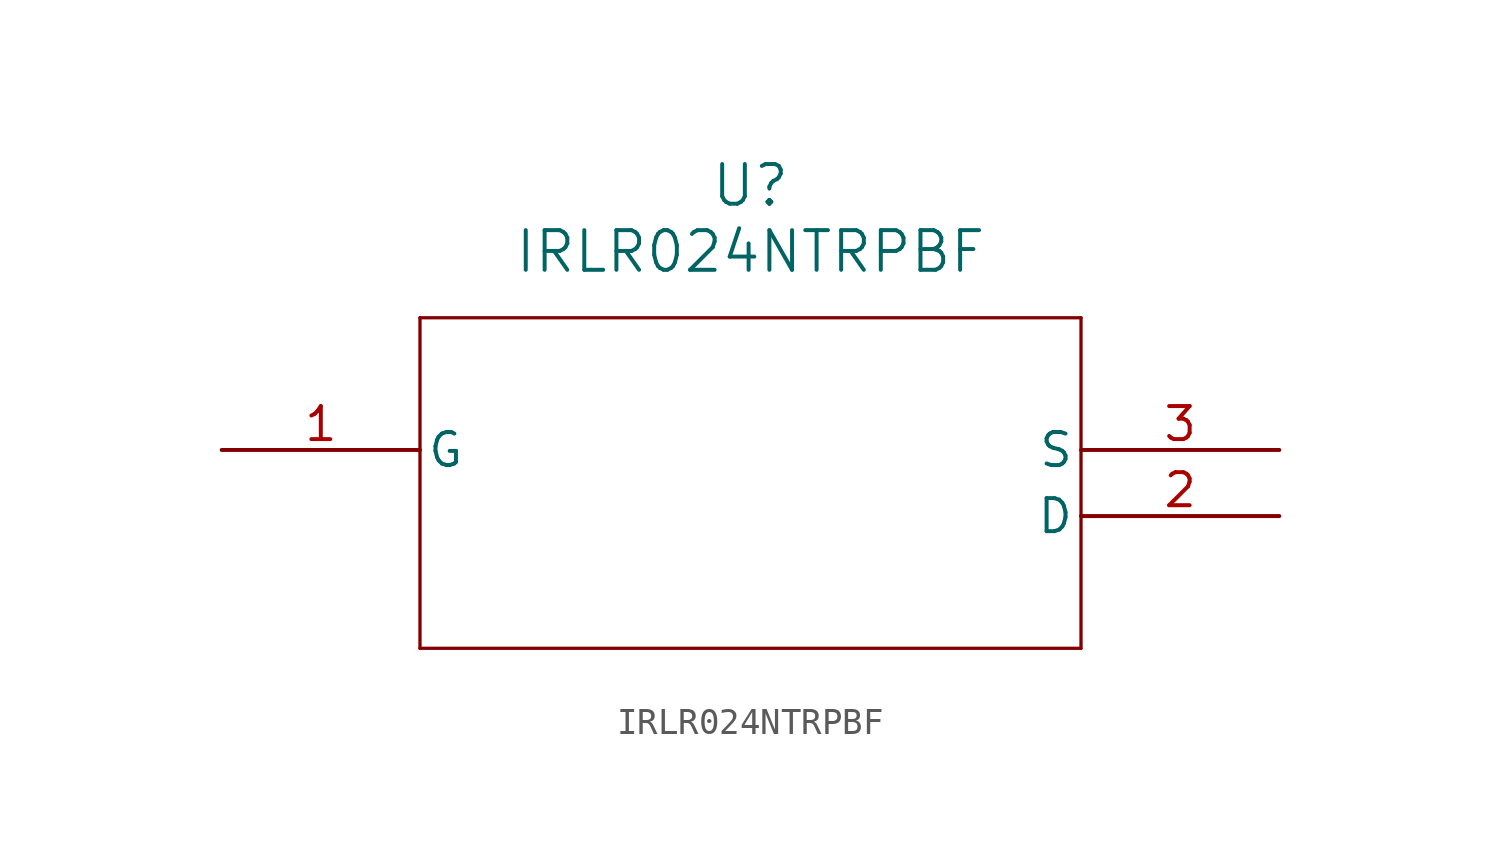
<source format=kicad_sym>
(kicad_symbol_lib
  (version 20211014)
  (generator kicad_symbol_editor)
  (symbol "IRLR024NTRPBF"
    (pin_names
      (offset 0.254))
    (property "Reference" "U"
      (at 20.32 10.16 0)
      (effects (font (size 1.524 1.524))))
    (property "Value" "IRLR024NTRPBF"
      (at 20.32 7.62 0)
      (effects (font (size 1.524 1.524))))
    (symbol "IRLR024NTRPBF_0_1"
      (polyline (pts (xy 7.62 5.08) (xy 7.62 -7.62)) (stroke (width 0.127) (type default) (color 0 0 0 0)) (fill (type none)))
      (polyline (pts (xy 7.62 -7.62) (xy 33.02 -7.62)) (stroke (width 0.127) (type default) (color 0 0 0 0)) (fill (type none)))
      (polyline (pts (xy 33.02 -7.62) (xy 33.02 5.08)) (stroke (width 0.127) (type default) (color 0 0 0 0)) (fill (type none)))
      (polyline (pts (xy 33.02 5.08) (xy 7.62 5.08)) (stroke (width 0.127) (type default) (color 0 0 0 0)) (fill (type none)))
      (pin unspecified line (at 0 0 0) (length 7.62) (name "G" (effects (font (size 1.27 1.27)))) (number "1" (effects (font (size 1.27 1.27)))))
      (pin unspecified line (at 40.64 -2.54 180) (length 7.62) (name "D" (effects (font (size 1.27 1.27)))) (number "2" (effects (font (size 1.27 1.27)))))
      (pin unspecified line (at 40.64 0 180) (length 7.62) (name "S" (effects (font (size 1.27 1.27)))) (number "3" (effects (font (size 1.27 1.27))))))))
</source>
